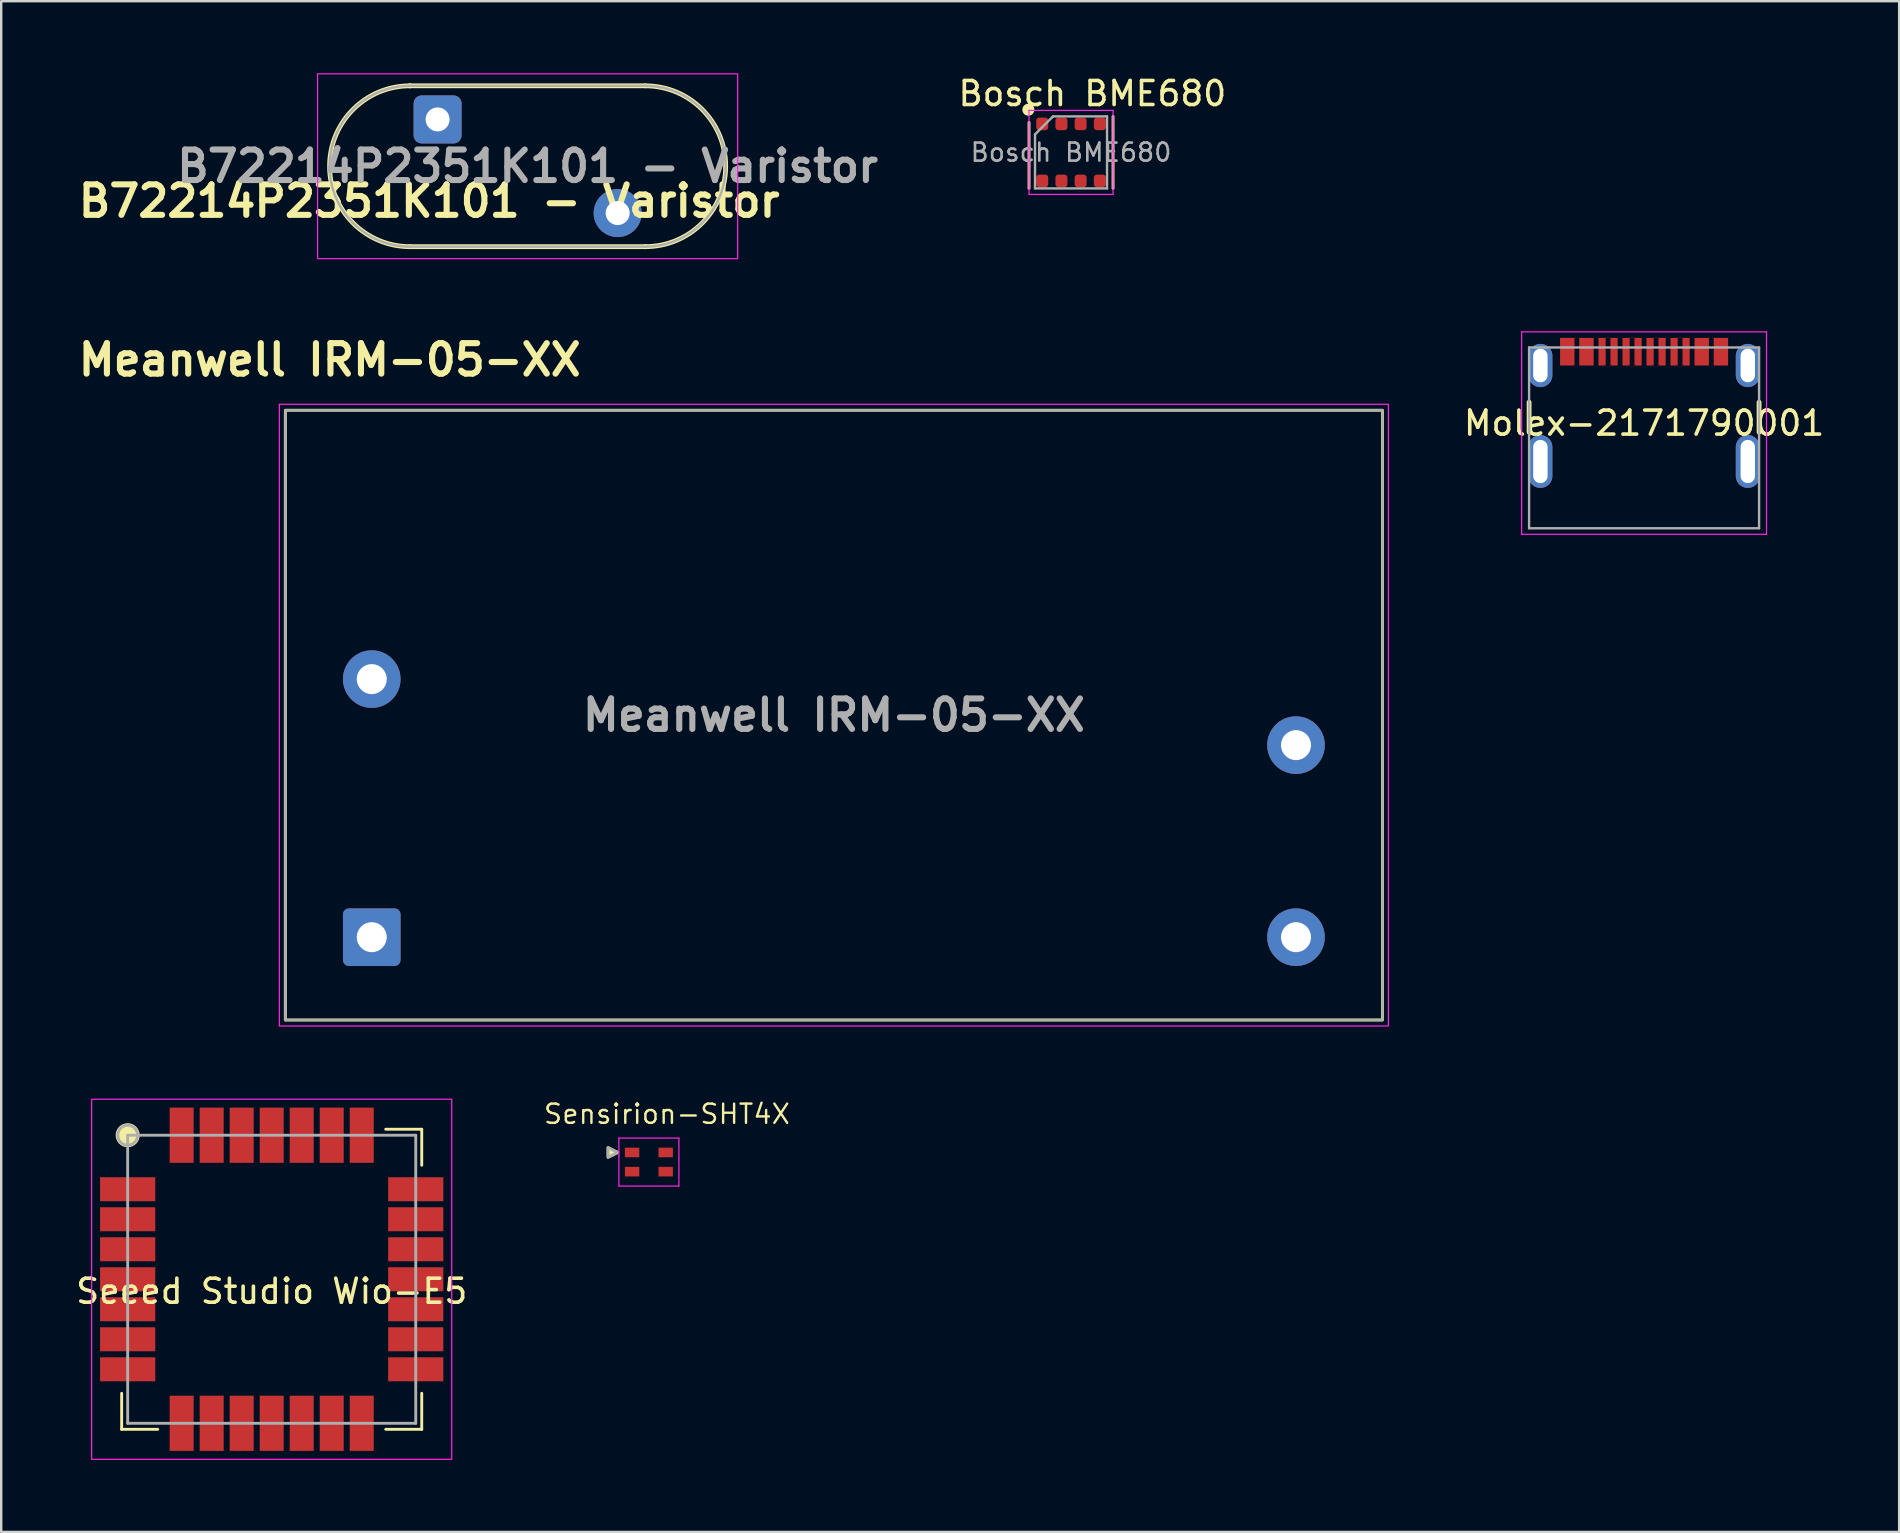
<source format=kicad_pcb>
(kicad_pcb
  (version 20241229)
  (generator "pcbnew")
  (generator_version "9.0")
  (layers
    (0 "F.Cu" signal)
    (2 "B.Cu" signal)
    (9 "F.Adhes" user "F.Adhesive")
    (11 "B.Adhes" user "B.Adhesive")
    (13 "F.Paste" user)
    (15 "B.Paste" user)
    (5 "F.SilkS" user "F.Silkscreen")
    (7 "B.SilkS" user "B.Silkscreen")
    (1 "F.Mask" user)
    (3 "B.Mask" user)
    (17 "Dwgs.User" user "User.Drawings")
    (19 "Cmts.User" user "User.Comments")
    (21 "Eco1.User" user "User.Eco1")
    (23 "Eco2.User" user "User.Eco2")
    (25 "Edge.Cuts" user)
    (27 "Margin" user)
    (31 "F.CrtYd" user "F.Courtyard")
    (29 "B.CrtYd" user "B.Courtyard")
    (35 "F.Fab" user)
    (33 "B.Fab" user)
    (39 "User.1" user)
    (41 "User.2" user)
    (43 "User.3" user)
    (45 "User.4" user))
  (footprint "B72214P2351K101 - Varistor"
    (layer "F.Cu")
    (at 19.179 3.925)
    (property "Reference" "B72214P2351K101 - Varistor" (at -4.35 1.4 0) (layer "F.SilkS") (effects (font (size 1.27 1.27) (thickness 0.254))))
    (attr through_hole)
    (fp_line (start -5.15 -3.4) (end -5.15 -3.4) (stroke (width 0.2) (type solid)) (layer "F.SilkS"))
    (fp_line (start -5.15 3.3) (end 4.65 3.3) (stroke (width 0.2) (type solid)) (layer "F.SilkS"))
    (fp_line (start 4.65 -3.4) (end -5.15 -3.4) (stroke (width 0.2) (type solid)) (layer "F.SilkS"))
    (fp_line (start 4.65 3.3) (end 4.65 3.3) (stroke (width 0.2) (type solid)) (layer "F.SilkS"))
    (fp_arc (start -5.15 3.3) (mid -8.5 -0.05) (end -5.15 -3.4) (stroke (width 0.2) (type solid)) (layer "F.SilkS"))
    (fp_arc (start 4.65 -3.4) (mid 8 -0.05) (end 4.65 3.3) (stroke (width 0.2) (type solid)) (layer "F.SilkS"))
    (fp_rect (start -9 -3.9) (end 8.5 3.8) (stroke (width 0.05) (type default)) (fill no) (layer "F.CrtYd"))
    (fp_line (start -5.15 -3.4) (end 4.65 -3.4) (stroke (width 0.1) (type solid)) (layer "F.Fab"))
    (fp_line (start -5.15 3.3) (end -5.15 3.3) (stroke (width 0.1) (type solid)) (layer "F.Fab"))
    (fp_line (start 4.65 -3.4) (end 4.65 -3.4) (stroke (width 0.1) (type solid)) (layer "F.Fab"))
    (fp_line (start 4.65 3.3) (end -5.15 3.3) (stroke (width 0.1) (type solid)) (layer "F.Fab"))
    (fp_arc (start -5.15 3.3) (mid -8.5 -0.05) (end -5.15 -3.4) (stroke (width 0.1) (type solid)) (layer "F.Fab"))
    (fp_arc (start 4.65 -3.4) (mid 8 -0.05) (end 4.65 3.3) (stroke (width 0.1) (type solid)) (layer "F.Fab"))
    (fp_text user "${REFERENCE}" (at -0.25 -0.05 0) (layer "F.Fab") (effects (font (size 1.27 1.27) (thickness 0.254))))
    (pad "1" thru_hole roundrect (at -4 -2) (size 2 2) (drill 1) (layers "*.Cu" "*.Mask") (roundrect_rratio 0.167))
    (pad "2" thru_hole circle (at 3.5 1.9) (size 2 2) (drill 1) (layers "*.Cu" "*.Mask")))
  (footprint "Seeed Studio Wio-E5"
    (layer "F.Cu")
    (at 8.268 50.239)
    (property "Reference" "Seeed Studio Wio-E5" (at 0 0.5 0) (layer "F.SilkS") (effects (font (size 1 1) (thickness 0.15))))
    (attr smd)
    (fp_line (start -6.25 6.25) (end -6.25 4.75) (stroke (width 0.12) (type solid)) (layer "F.SilkS"))
    (fp_line (start -4.75 6.25) (end -6.25 6.25) (stroke (width 0.12) (type solid)) (layer "F.SilkS"))
    (fp_line (start 4.75 -6.25) (end 6.25 -6.25) (stroke (width 0.12) (type solid)) (layer "F.SilkS"))
    (fp_line (start 6.25 -6.25) (end 6.25 -4.75) (stroke (width 0.12) (type solid)) (layer "F.SilkS"))
    (fp_line (start 6.25 4.75) (end 6.25 6.25) (stroke (width 0.12) (type solid)) (layer "F.SilkS"))
    (fp_line (start 6.25 6.25) (end 4.75 6.25) (stroke (width 0.12) (type solid)) (layer "F.SilkS"))
    (fp_circle (center -6 -6) (end -5.5 -6) (stroke (width 0) (type solid)) (fill yes) (layer "F.SilkS"))
    (fp_rect (start -7.5 -7.5) (end 7.5 7.5) (stroke (width 0.05) (type default)) (fill no) (layer "F.CrtYd"))
    (fp_line (start -6 -6) (end 6 -6) (stroke (width 0.12) (type solid)) (layer "F.Fab"))
    (fp_line (start -6 6) (end -6 -6) (stroke (width 0.12) (type solid)) (layer "F.Fab"))
    (fp_line (start 6 -6) (end 6 6) (stroke (width 0.12) (type solid)) (layer "F.Fab"))
    (fp_line (start 6 6) (end -6 6) (stroke (width 0.12) (type solid)) (layer "F.Fab"))
    (fp_circle (center -6 -6) (end -5.604 -5.88) (stroke (width 0.12) (type solid)) (fill no) (layer "F.Fab"))
    (fp_rect (start -3.81 -3.81) (end 3.81 3.81) (stroke (width 0.05) (type solid)) (fill no) (layer "User.1"))
    (pad "1" smd rect (at -6 -3.75 90) (size 1 2.3) (layers "F.Cu" "F.Mask" "F.Paste"))
    (pad "2" smd rect (at -6 -2.5 90) (size 1 2.3) (layers "F.Cu" "F.Mask" "F.Paste"))
    (pad "3" smd rect (at -6 -1.25 90) (size 1 2.3) (layers "F.Cu" "F.Mask" "F.Paste"))
    (pad "4" smd rect (at -6 0 90) (size 1 2.3) (layers "F.Cu" "F.Mask" "F.Paste"))
    (pad "5" smd rect (at -6 1.25 90) (size 1 2.3) (layers "F.Cu" "F.Mask" "F.Paste"))
    (pad "6" smd rect (at -6 2.5 90) (size 1 2.3) (layers "F.Cu" "F.Mask" "F.Paste"))
    (pad "7" smd rect (at -6 3.75 90) (size 1 2.3) (layers "F.Cu" "F.Mask" "F.Paste"))
    (pad "8" smd rect (at -3.75 6 180) (size 1 2.3) (layers "F.Cu" "F.Mask" "F.Paste"))
    (pad "9" smd rect (at -2.5 6 180) (size 1 2.3) (layers "F.Cu" "F.Mask" "F.Paste"))
    (pad "10" smd rect (at -1.25 6 180) (size 1 2.3) (layers "F.Cu" "F.Mask" "F.Paste"))
    (pad "11" smd rect (at 0 6 180) (size 1 2.3) (layers "F.Cu" "F.Mask" "F.Paste"))
    (pad "12" smd rect (at 1.25 6 180) (size 1 2.3) (layers "F.Cu" "F.Mask" "F.Paste"))
    (pad "13" smd rect (at 2.5 6 180) (size 1 2.3) (layers "F.Cu" "F.Mask" "F.Paste"))
    (pad "14" smd rect (at 3.75 6 180) (size 1 2.3) (layers "F.Cu" "F.Mask" "F.Paste"))
    (pad "15" smd rect (at 6 3.75 270) (size 1 2.3) (layers "F.Cu" "F.Mask" "F.Paste"))
    (pad "16" smd rect (at 6 2.5 270) (size 1 2.3) (layers "F.Cu" "F.Mask" "F.Paste"))
    (pad "17" smd rect (at 6 1.25 270) (size 1 2.3) (layers "F.Cu" "F.Mask" "F.Paste"))
    (pad "18" smd rect (at 6 0 270) (size 1 2.3) (layers "F.Cu" "F.Mask" "F.Paste"))
    (pad "19" smd rect (at 6 -1.25 270) (size 1 2.3) (layers "F.Cu" "F.Mask" "F.Paste"))
    (pad "20" smd rect (at 6 -2.5 270) (size 1 2.3) (layers "F.Cu" "F.Mask" "F.Paste"))
    (pad "21" smd rect (at 6 -3.75 270) (size 1 2.3) (layers "F.Cu" "F.Mask" "F.Paste"))
    (pad "22" smd rect (at 3.75 -6) (size 1 2.3) (layers "F.Cu" "F.Mask" "F.Paste"))
    (pad "23" smd rect (at 2.5 -6) (size 1 2.3) (layers "F.Cu" "F.Mask" "F.Paste"))
    (pad "24" smd rect (at 1.25 -6) (size 1 2.3) (layers "F.Cu" "F.Mask" "F.Paste"))
    (pad "25" smd rect (at 0 -6) (size 1 2.3) (layers "F.Cu" "F.Mask" "F.Paste"))
    (pad "26" smd rect (at -1.25 -6) (size 1 2.3) (layers "F.Cu" "F.Mask" "F.Paste"))
    (pad "27" smd rect (at -2.5 -6) (size 1 2.3) (layers "F.Cu" "F.Mask" "F.Paste"))
    (pad "28" smd rect (at -3.75 -6) (size 1 2.3) (layers "F.Cu" "F.Mask" "F.Paste")))
  (footprint "Molex-2171790001"
    (layer "F.Cu")
    (at 65.436 16.355)
    (property "Reference" "Molex-2171790001" (at 0 -1.778 0) (layer "F.SilkS") (effects (font (size 1 1) (thickness 0.15))))
    (fp_line (start -4.79 -2.65) (end -4.79 -1.4) (stroke (width 0.2) (type solid)) (layer "F.SilkS"))
    (fp_line (start 4.79 -2.65) (end 4.79 -1.4) (stroke (width 0.2) (type solid)) (layer "F.SilkS"))
    (fp_line (start -5.1 -5.58) (end -5.1 2.85) (stroke (width 0.05) (type solid)) (layer "F.CrtYd"))
    (fp_line (start -5.1 2.85) (end 5.1 2.85) (stroke (width 0.05) (type solid)) (layer "F.CrtYd"))
    (fp_line (start 5.1 -5.58) (end -5.1 -5.58) (stroke (width 0.05) (type solid)) (layer "F.CrtYd"))
    (fp_line (start 5.1 2.85) (end 5.1 -5.58) (stroke (width 0.05) (type solid)) (layer "F.CrtYd"))
    (fp_line (start -4.79 -4.93) (end 4.79 -4.93) (stroke (width 0.1) (type solid)) (layer "F.Fab"))
    (fp_line (start -4.79 2.6) (end -4.79 -4.93) (stroke (width 0.1) (type solid)) (layer "F.Fab"))
    (fp_line (start 4.79 -4.93) (end 4.79 2.6) (stroke (width 0.1) (type solid)) (layer "F.Fab"))
    (fp_line (start 4.79 2.6) (end -4.79 2.6) (stroke (width 0.1) (type solid)) (layer "F.Fab"))
    (fp_line (start -4.79 1.32) (end -4.79 2.6) (stroke (width 0.2) (type solid)) (layer "User.1"))
    (fp_line (start -4.79 2.6) (end 4.79 2.6) (stroke (width 0.2) (type solid)) (layer "User.1"))
    (fp_line (start 4.79 2.6) (end 4.79 1.32) (stroke (width 0.2) (type solid)) (layer "User.1"))
    (pad "A1-B12" smd rect (at -3.2 -4.755) (size 0.6 1.15) (layers "F.Cu" "F.Mask" "F.Paste"))
    (pad "A4-B9" smd rect (at -2.4 -4.755) (size 0.6 1.15) (layers "F.Cu" "F.Mask" "F.Paste"))
    (pad "A5" smd rect (at -1.25 -4.755) (size 0.3 1.15) (layers "F.Cu" "F.Mask" "F.Paste"))
    (pad "A6" smd rect (at -0.25 -4.755) (size 0.3 1.15) (layers "F.Cu" "F.Mask" "F.Paste"))
    (pad "A7" smd rect (at 0.25 -4.755) (size 0.3 1.15) (layers "F.Cu" "F.Mask" "F.Paste"))
    (pad "A8" smd rect (at 1.25 -4.755) (size 0.3 1.15) (layers "F.Cu" "F.Mask" "F.Paste"))
    (pad "B1-A12" smd rect (at 3.2 -4.755) (size 0.6 1.15) (layers "F.Cu" "F.Mask" "F.Paste"))
    (pad "B4-A9" smd rect (at 2.4 -4.755) (size 0.6 1.15) (layers "F.Cu" "F.Mask" "F.Paste"))
    (pad "B5" smd rect (at 1.75 -4.755) (size 0.3 1.15) (layers "F.Cu" "F.Mask" "F.Paste"))
    (pad "B6" smd rect (at 0.75 -4.755) (size 0.3 1.15) (layers "F.Cu" "F.Mask" "F.Paste"))
    (pad "B7" smd rect (at -0.75 -4.755) (size 0.3 1.15) (layers "F.Cu" "F.Mask" "F.Paste"))
    (pad "B8" smd rect (at -1.75 -4.755) (size 0.3 1.15) (layers "F.Cu" "F.Mask" "F.Paste"))
    (pad "S1" thru_hole oval (at -4.32 -4.18) (size 1 1.8) (drill oval 0.6 1.4) (layers "*.Cu" "*.Mask"))
    (pad "S1" thru_hole oval (at -4.32 -0.18) (size 1 2.2) (drill oval 0.6 1.8) (layers "*.Cu" "*.Mask"))
    (pad "S1" thru_hole oval (at 4.32 -4.18) (size 1 1.8) (drill oval 0.6 1.4) (layers "*.Cu" "*.Mask"))
    (pad "S1" thru_hole oval (at 4.32 -0.18) (size 1 2.2) (drill oval 0.6 1.8) (layers "*.Cu" "*.Mask")))
  (footprint "Sensirion-SHT4X"
    (layer "F.Cu")
    (at 23.98 45.357)
    (property "Reference" "Sensirion-SHT4X" (at 0.75 -2 0) (layer "F.SilkS") (effects (font (size 0.8 0.8) (thickness 0.1))))
    (attr smd)
    (fp_poly (pts (xy -1.7 -0.2) (xy -1.7 -0.6) (xy -1.3 -0.4)) (stroke (width 0.12) (type solid)) (fill yes) (layer "F.SilkS"))
    (fp_line (start -1.25 -1) (end -1.25 1) (stroke (width 0.05) (type solid)) (layer "F.CrtYd"))
    (fp_line (start -1.25 1) (end 1.25 1) (stroke (width 0.05) (type solid)) (layer "F.CrtYd"))
    (fp_line (start 1.25 -1) (end -1.25 -1) (stroke (width 0.05) (type solid)) (layer "F.CrtYd"))
    (fp_line (start 1.25 1) (end 1.25 -1) (stroke (width 0.05) (type solid)) (layer "F.CrtYd"))
    (fp_poly (pts (xy -1.7 -0.2) (xy -1.7 -0.6) (xy -1.3 -0.4)) (stroke (width 0.12) (type solid)) (fill no) (layer "F.Fab"))
    (pad "1" smd rect (at -0.7 -0.4) (size 0.6 0.4) (layers "F.Cu" "F.Mask" "F.Paste"))
    (pad "2" smd rect (at -0.7 0.4) (size 0.6 0.4) (layers "F.Cu" "F.Mask" "F.Paste"))
    (pad "3" smd rect (at 0.7 0.4) (size 0.6 0.4) (layers "F.Cu" "F.Mask" "F.Paste"))
    (pad "4" smd rect (at 0.7 -0.4) (size 0.6 0.4) (layers "F.Cu" "F.Mask" "F.Paste")))
  (footprint "Meanwell IRM-05-XX"
    (layer "F.Cu")
    (at 31.686 26.739)
    (property "Reference" "Meanwell IRM-05-XX" (at -21 -14.8 0) (layer "F.SilkS") (effects (font (size 1.27 1.27) (thickness 0.254))))
    (attr through_hole)
    (fp_rect (start -22.85 -12.7) (end 22.85 12.7) (stroke (width 0.12) (type default)) (fill no) (layer "F.SilkS"))
    (fp_rect (start -23.1 -12.95) (end 23.1 12.95) (stroke (width 0.05) (type default)) (fill no) (layer "F.CrtYd"))
    (fp_line (start -22.85 -12.7) (end 22.85 -12.7) (stroke (width 0.1) (type solid)) (layer "F.Fab"))
    (fp_line (start -22.85 12.7) (end -22.85 -12.7) (stroke (width 0.1) (type solid)) (layer "F.Fab"))
    (fp_line (start 22.85 -12.7) (end 22.85 12.7) (stroke (width 0.1) (type solid)) (layer "F.Fab"))
    (fp_line (start 22.85 12.7) (end -22.85 12.7) (stroke (width 0.1) (type solid)) (layer "F.Fab"))
    (fp_rect (start -22.85 -12.7) (end 0 0) (stroke (width 0.02) (type default)) (fill no) (layer "User.1"))
    (fp_rect (start -22.85 0) (end 0 12.7) (stroke (width 0.02) (type default)) (fill no) (layer "User.1"))
    (fp_rect (start 0 -12.7) (end 22.85 0) (stroke (width 0.02) (type default)) (fill no) (layer "User.1"))
    (fp_rect (start 0 0) (end 22.85 12.7) (stroke (width 0.02) (type default)) (fill no) (layer "User.1"))
    (fp_text user "${REFERENCE}" (at 0 0 0) (layer "F.Fab") (effects (font (size 1.27 1.27) (thickness 0.254))))
    (pad "1" thru_hole roundrect (at -19.25 9.25) (size 2.4 2.4) (drill 1.25) (layers "*.Cu" "*.Mask") (roundrect_rratio 0.104))
    (pad "2" thru_hole circle (at 19.25 9.25) (size 2.4 2.4) (drill 1.25) (layers "*.Cu" "*.Mask"))
    (pad "3" thru_hole circle (at 19.25 1.25) (size 2.4 2.4) (drill 1.25) (layers "*.Cu" "*.Mask"))
    (pad "4" thru_hole circle (at -19.25 -1.5) (size 2.4 2.4) (drill 1.25) (layers "*.Cu" "*.Mask")))
  (footprint "Bosch BME680"
    (layer "F.Cu")
    (at 41.565 3.298)
    (property "Reference" "Bosch BME680" (at 0.889 -2.45 0) (layer "F.SilkS") (effects (font (size 1 1) (thickness 0.15))))
    (attr smd)
    (fp_line (start -1.75 1.5) (end -1.75 -1.25) (stroke (width 0.12) (type solid)) (layer "F.SilkS"))
    (fp_line (start 1.75 -1.5) (end 1.75 1.5) (stroke (width 0.12) (type solid)) (layer "F.SilkS"))
    (fp_circle (center -1.778 -1.778) (end -1.528 -1.778) (stroke (width 0) (type solid)) (fill yes) (layer "F.SilkS"))
    (fp_line (start -1.75 -1.75) (end -1.75 1.75) (stroke (width 0.05) (type solid)) (layer "F.CrtYd"))
    (fp_line (start -1.75 1.75) (end 1.75 1.75) (stroke (width 0.05) (type solid)) (layer "F.CrtYd"))
    (fp_line (start 1.75 -1.75) (end -1.75 -1.75) (stroke (width 0.05) (type solid)) (layer "F.CrtYd"))
    (fp_line (start 1.75 1.75) (end 1.75 -1.75) (stroke (width 0.05) (type solid)) (layer "F.CrtYd"))
    (fp_line (start -1.5 -0.75) (end -0.75 -1.5) (stroke (width 0.1) (type solid)) (layer "F.Fab"))
    (fp_line (start -1.5 1.5) (end -1.5 -0.75) (stroke (width 0.1) (type solid)) (layer "F.Fab"))
    (fp_line (start -0.75 -1.5) (end 1.5 -1.5) (stroke (width 0.1) (type solid)) (layer "F.Fab"))
    (fp_line (start 1.5 -1.5) (end 1.5 1.5) (stroke (width 0.1) (type solid)) (layer "F.Fab"))
    (fp_line (start 1.5 1.5) (end -1.5 1.5) (stroke (width 0.1) (type solid)) (layer "F.Fab"))
    (fp_text user "${REFERENCE}" (at 0 0 0) (layer "F.Fab") (effects (font (size 0.75 0.75) (thickness 0.11))))
    (pad "1" smd roundrect (at -1.2 -1.188) (size 0.5 0.525) (layers "F.Cu" "F.Mask" "F.Paste") (roundrect_rratio 0.25))
    (pad "2" smd roundrect (at -0.4 -1.188) (size 0.5 0.525) (layers "F.Cu" "F.Mask" "F.Paste") (roundrect_rratio 0.25))
    (pad "3" smd roundrect (at 0.4 -1.188) (size 0.5 0.525) (layers "F.Cu" "F.Mask" "F.Paste") (roundrect_rratio 0.25))
    (pad "4" smd roundrect (at 1.2 -1.188) (size 0.5 0.525) (layers "F.Cu" "F.Mask" "F.Paste") (roundrect_rratio 0.25))
    (pad "5" smd roundrect (at 1.2 1.188) (size 0.5 0.525) (layers "F.Cu" "F.Mask" "F.Paste") (roundrect_rratio 0.25))
    (pad "6" smd roundrect (at 0.4 1.188) (size 0.5 0.525) (layers "F.Cu" "F.Mask" "F.Paste") (roundrect_rratio 0.25))
    (pad "7" smd roundrect (at -0.4 1.188) (size 0.5 0.525) (layers "F.Cu" "F.Mask" "F.Paste") (roundrect_rratio 0.25))
    (pad "8" smd roundrect (at -1.2 1.188) (size 0.5 0.525) (layers "F.Cu" "F.Mask" "F.Paste") (roundrect_rratio 0.25)))
  (gr_rect
    (start -3 -3)
    (end 76.061 60.764)
    (stroke (width 0.1) (type default))
    (fill no)
    (layer "Edge.Cuts")))
</source>
